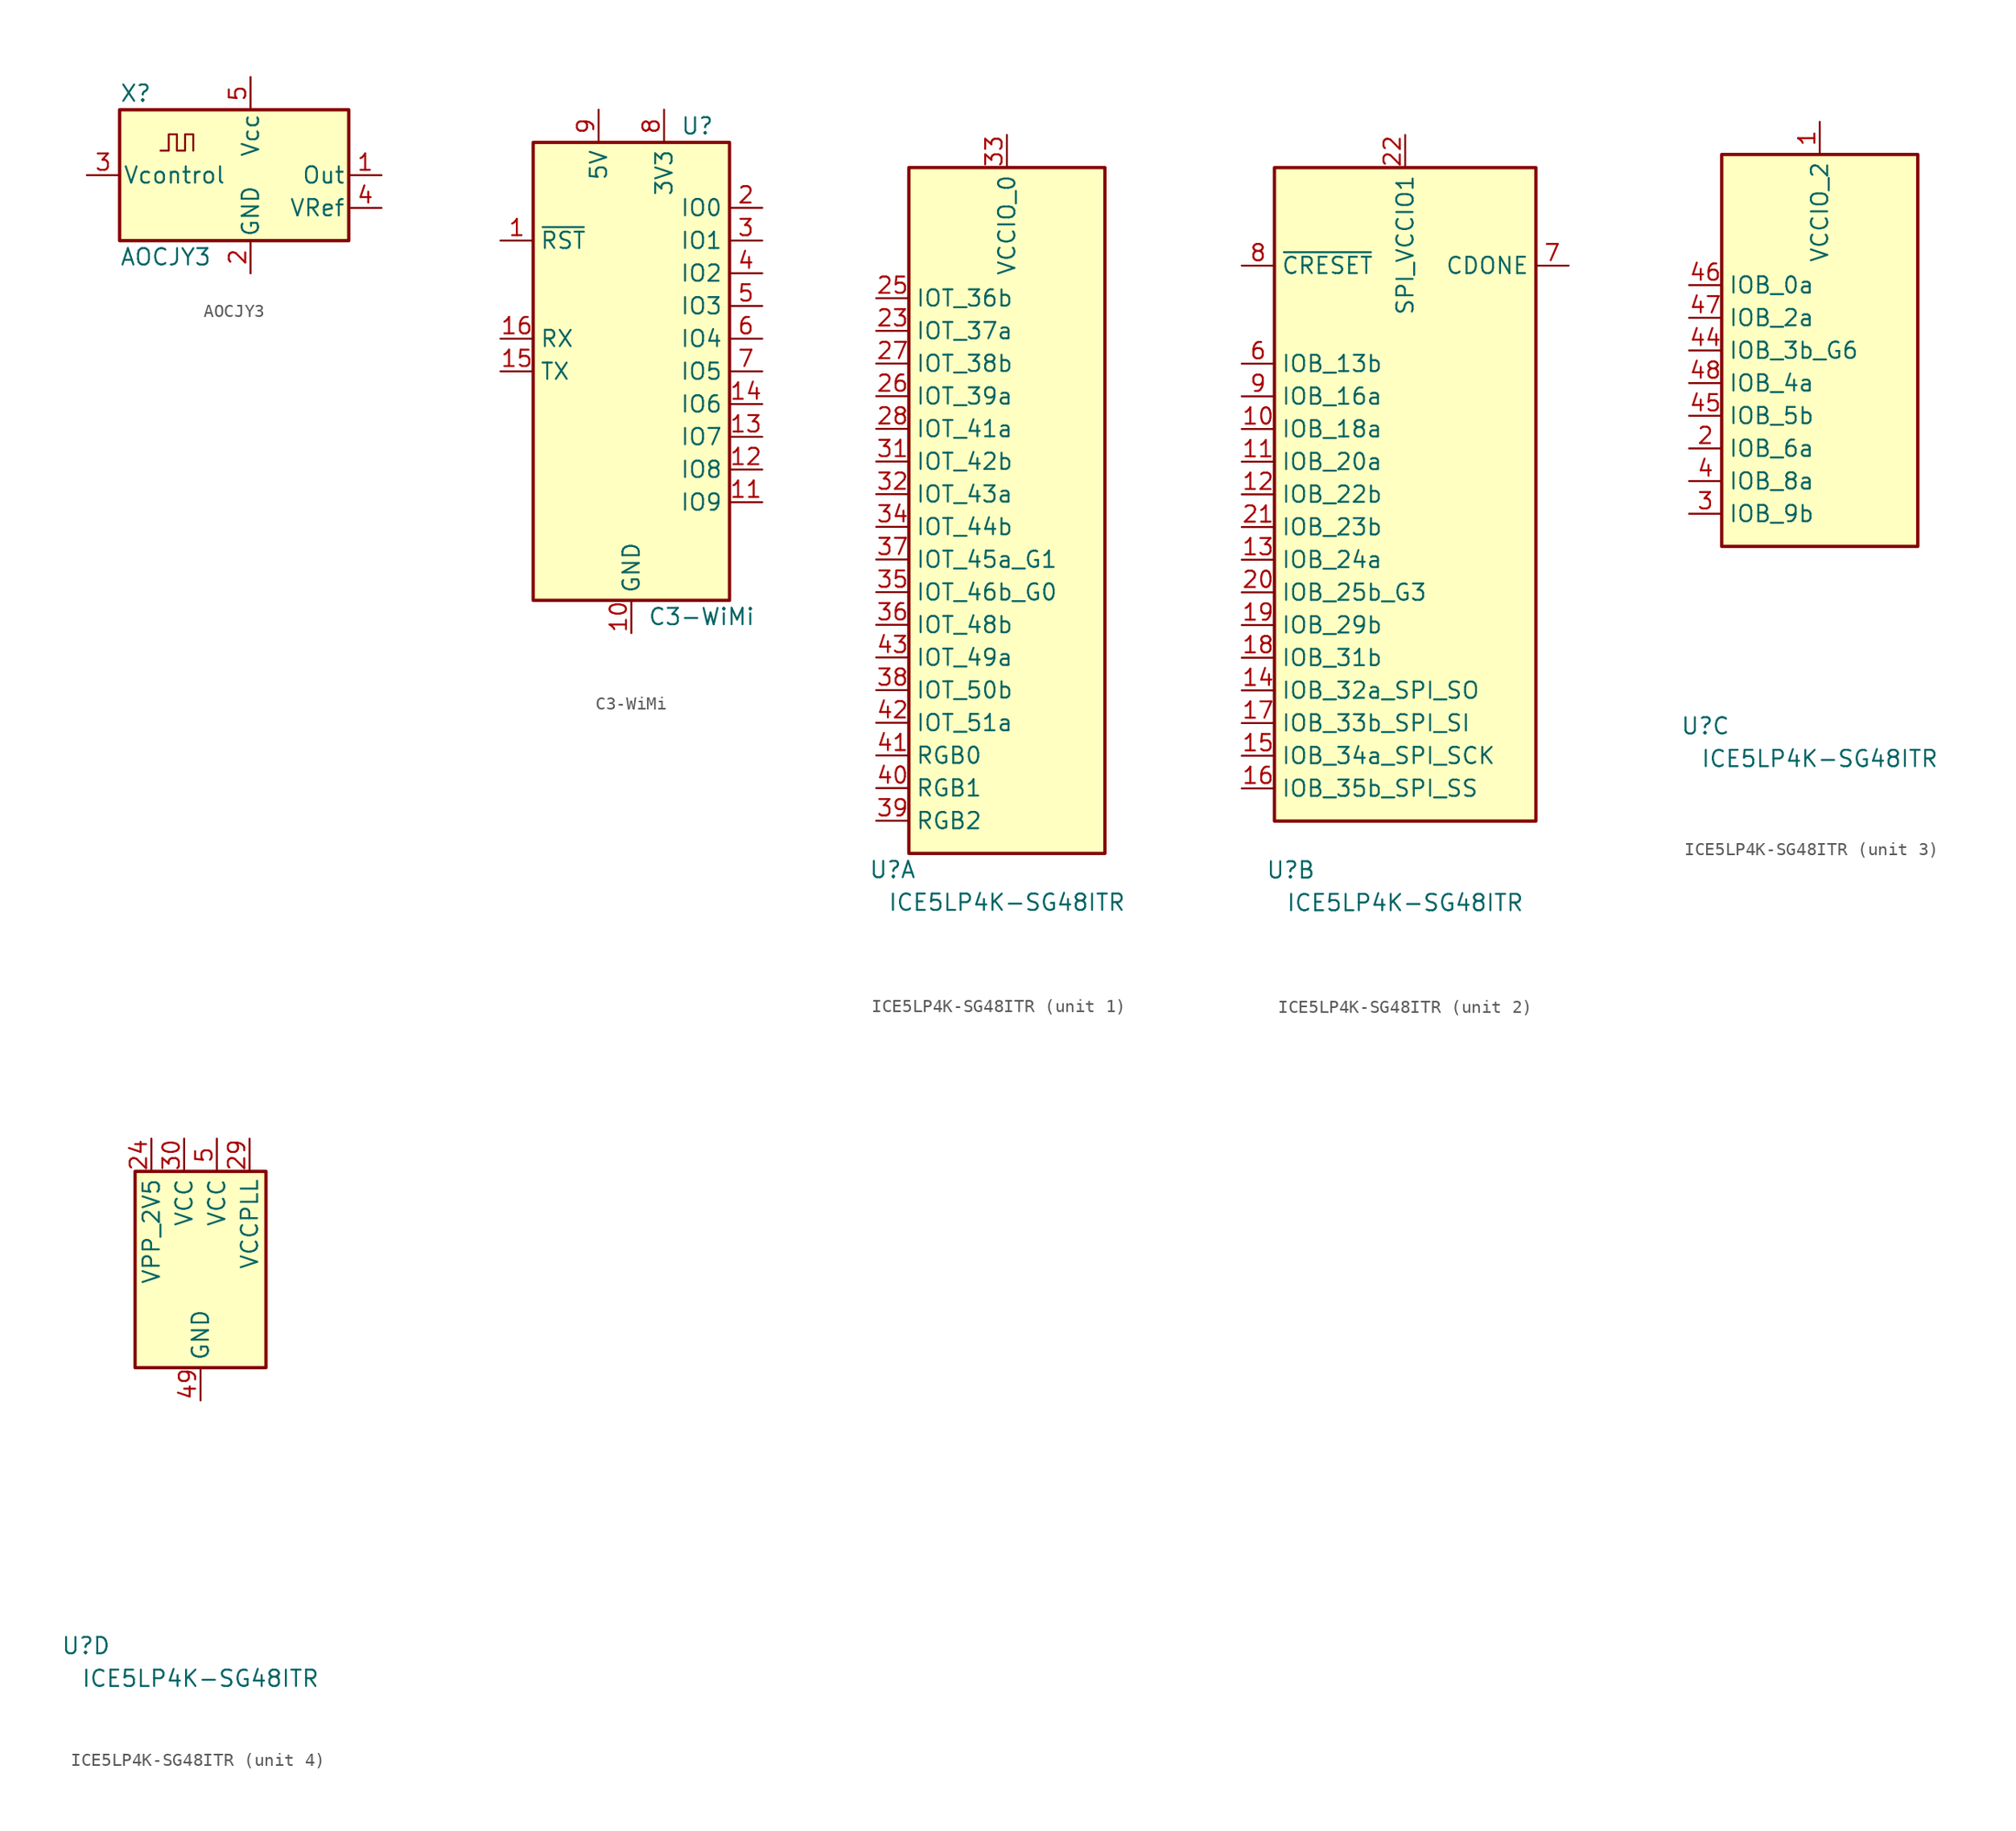
<source format=kicad_sym>
(kicad_symbol_lib
  (version 20211014)
  (generator kicad_symbol_editor)
  (symbol "AOCJY3"
    (pin_names
      (offset 0.254))
    (property "Reference" "X"
      (at -10.16 6.35 0)
      (effects (font (size 1.27 1.27)) (justify left)))
    (property "Value" "AOCJY3"
      (at -10.16 -6.35 0)
      (effects (font (size 1.27 1.27)) (justify left)))
    (symbol "AOCJY3_0_1"
      (rectangle (start -10.16 5.08) (end 7.62 -5.08) (stroke (width 0.254) (type default) (color 0 0 0 0)) (fill (type background)))
      (polyline (pts (xy -6.985 1.905) (xy -6.35 1.905) (xy -6.35 3.175) (xy -5.715 3.175) (xy -5.715 1.905) (xy -5.08 1.905) (xy -5.08 3.175) (xy -4.445 3.175) (xy -4.445 1.905)) (stroke (width 0) (type default) (color 0 0 0 0)) (fill (type none))))
    (symbol "AOCJY3_1_1"
      (pin output line (at 10.16 0 180) (length 2.54) (name "Out" (effects (font (size 1.27 1.27)))) (number "1" (effects (font (size 1.27 1.27)))))
      (pin power_in line (at 0 -7.62 90) (length 2.54) (name "GND" (effects (font (size 1.27 1.27)))) (number "2" (effects (font (size 1.27 1.27)))))
      (pin input line (at -12.7 0 0) (length 2.54) (name "Vcontrol" (effects (font (size 1.27 1.27)))) (number "3" (effects (font (size 1.27 1.27)))))
      (pin output line (at 10.16 -2.54 180) (length 2.54) (name "VRef" (effects (font (size 1.27 1.27)))) (number "4" (effects (font (size 1.27 1.27)))))
      (pin power_in line (at 0 7.62 270) (length 2.54) (name "Vcc" (effects (font (size 1.27 1.27)))) (number "5" (effects (font (size 1.27 1.27)))))))
  (symbol "C3-WiMi"
    (property "Reference" "U"
      (at 3.81 19.05 0)
      (effects (font (size 1.27 1.27)) (justify left)))
    (property "Value" "C3-WiMi"
      (at 1.27 -19.05 0)
      (effects (font (size 1.27 1.27)) (justify left)))
    (symbol "C3-WiMi_1_1"
      (rectangle (start -7.62 17.78) (end 7.62 -17.78) (stroke (width 0.254) (type default) (color 0 0 0 0)) (fill (type background)))
      (pin input line (at -10.16 10.16 0) (length 2.54) (name "~{RST}" (effects (font (size 1.27 1.27)))) (number "1" (effects (font (size 1.27 1.27)))))
      (pin power_in line (at 0 -20.32 90) (length 2.54) (name "GND" (effects (font (size 1.27 1.27)))) (number "10" (effects (font (size 1.27 1.27)))))
      (pin bidirectional line (at 10.16 -10.16 180) (length 2.54) (name "IO9" (effects (font (size 1.27 1.27)))) (number "11" (effects (font (size 1.27 1.27)))))
      (pin bidirectional line (at 10.16 -7.62 180) (length 2.54) (name "IO8" (effects (font (size 1.27 1.27)))) (number "12" (effects (font (size 1.27 1.27)))))
      (pin bidirectional line (at 10.16 -5.08 180) (length 2.54) (name "IO7" (effects (font (size 1.27 1.27)))) (number "13" (effects (font (size 1.27 1.27)))))
      (pin bidirectional line (at 10.16 -2.54 180) (length 2.54) (name "IO6" (effects (font (size 1.27 1.27)))) (number "14" (effects (font (size 1.27 1.27)))))
      (pin output line (at -10.16 0 0) (length 2.54) (name "TX" (effects (font (size 1.27 1.27)))) (number "15" (effects (font (size 1.27 1.27)))))
      (pin input line (at -10.16 2.54 0) (length 2.54) (name "RX" (effects (font (size 1.27 1.27)))) (number "16" (effects (font (size 1.27 1.27)))))
      (pin bidirectional line (at 10.16 12.7 180) (length 2.54) (name "IO0" (effects (font (size 1.27 1.27)))) (number "2" (effects (font (size 1.27 1.27)))))
      (pin bidirectional line (at 10.16 10.16 180) (length 2.54) (name "IO1" (effects (font (size 1.27 1.27)))) (number "3" (effects (font (size 1.27 1.27)))))
      (pin bidirectional line (at 10.16 7.62 180) (length 2.54) (name "IO2" (effects (font (size 1.27 1.27)))) (number "4" (effects (font (size 1.27 1.27)))))
      (pin bidirectional line (at 10.16 5.08 180) (length 2.54) (name "IO3" (effects (font (size 1.27 1.27)))) (number "5" (effects (font (size 1.27 1.27)))))
      (pin bidirectional line (at 10.16 2.54 180) (length 2.54) (name "IO4" (effects (font (size 1.27 1.27)))) (number "6" (effects (font (size 1.27 1.27)))))
      (pin bidirectional line (at 10.16 0 180) (length 2.54) (name "IO5" (effects (font (size 1.27 1.27)))) (number "7" (effects (font (size 1.27 1.27)))))
      (pin power_out line (at 2.54 20.32 270) (length 2.54) (name "3V3" (effects (font (size 1.27 1.27)))) (number "8" (effects (font (size 1.27 1.27)))))
      (pin power_in line (at -2.54 20.32 270) (length 2.54) (name "5V" (effects (font (size 1.27 1.27)))) (number "9" (effects (font (size 1.27 1.27)))))))
  (symbol "ICE5LP4K-SG48ITR"
    (property "Reference" "U"
      (at -8.89 -29.21 0)
      (effects (font (size 1.27 1.27))))
    (property "Value" "ICE5LP4K-SG48ITR"
      (at 0 -31.75 0)
      (effects (font (size 1.27 1.27))))
    (property "ki_locked" ""
      (at 0 0 0)
      (effects (font (size 1.27 1.27))))
    (symbol "ICE5LP4K-SG48ITR_1_1"
      (rectangle (start -7.62 25.4) (end 7.62 -27.94) (stroke (width 0.254) (type default) (color 0 0 0 0)) (fill (type background)))
      (pin bidirectional line (at -10.16 12.7 0) (length 2.54) (name "IOT_37a" (effects (font (size 1.27 1.27)))) (number "23" (effects (font (size 1.27 1.27)))))
      (pin bidirectional line (at -10.16 15.24 0) (length 2.54) (name "IOT_36b" (effects (font (size 1.27 1.27)))) (number "25" (effects (font (size 1.27 1.27)))))
      (pin bidirectional line (at -10.16 7.62 0) (length 2.54) (name "IOT_39a" (effects (font (size 1.27 1.27)))) (number "26" (effects (font (size 1.27 1.27)))))
      (pin bidirectional line (at -10.16 10.16 0) (length 2.54) (name "IOT_38b" (effects (font (size 1.27 1.27)))) (number "27" (effects (font (size 1.27 1.27)))))
      (pin bidirectional line (at -10.16 5.08 0) (length 2.54) (name "IOT_41a" (effects (font (size 1.27 1.27)))) (number "28" (effects (font (size 1.27 1.27)))))
      (pin bidirectional line (at -10.16 2.54 0) (length 2.54) (name "IOT_42b" (effects (font (size 1.27 1.27)))) (number "31" (effects (font (size 1.27 1.27)))))
      (pin bidirectional line (at -10.16 0 0) (length 2.54) (name "IOT_43a" (effects (font (size 1.27 1.27)))) (number "32" (effects (font (size 1.27 1.27)))))
      (pin power_in line (at 0 27.94 270) (length 2.54) (name "VCCIO_0" (effects (font (size 1.27 1.27)))) (number "33" (effects (font (size 1.27 1.27)))))
      (pin bidirectional line (at -10.16 -2.54 0) (length 2.54) (name "IOT_44b" (effects (font (size 1.27 1.27)))) (number "34" (effects (font (size 1.27 1.27)))))
      (pin bidirectional line (at -10.16 -7.62 0) (length 2.54) (name "IOT_46b_G0" (effects (font (size 1.27 1.27)))) (number "35" (effects (font (size 1.27 1.27)))))
      (pin bidirectional line (at -10.16 -10.16 0) (length 2.54) (name "IOT_48b" (effects (font (size 1.27 1.27)))) (number "36" (effects (font (size 1.27 1.27)))))
      (pin bidirectional line (at -10.16 -5.08 0) (length 2.54) (name "IOT_45a_G1" (effects (font (size 1.27 1.27)))) (number "37" (effects (font (size 1.27 1.27)))))
      (pin bidirectional line (at -10.16 -15.24 0) (length 2.54) (name "IOT_50b" (effects (font (size 1.27 1.27)))) (number "38" (effects (font (size 1.27 1.27)))))
      (pin open_collector line (at -10.16 -25.4 0) (length 2.54) (name "RGB2" (effects (font (size 1.27 1.27)))) (number "39" (effects (font (size 1.27 1.27)))))
      (pin open_collector line (at -10.16 -22.86 0) (length 2.54) (name "RGB1" (effects (font (size 1.27 1.27)))) (number "40" (effects (font (size 1.27 1.27)))))
      (pin open_collector line (at -10.16 -20.32 0) (length 2.54) (name "RGB0" (effects (font (size 1.27 1.27)))) (number "41" (effects (font (size 1.27 1.27)))))
      (pin bidirectional line (at -10.16 -17.78 0) (length 2.54) (name "IOT_51a" (effects (font (size 1.27 1.27)))) (number "42" (effects (font (size 1.27 1.27)))))
      (pin bidirectional line (at -10.16 -12.7 0) (length 2.54) (name "IOT_49a" (effects (font (size 1.27 1.27)))) (number "43" (effects (font (size 1.27 1.27))))))
    (symbol "ICE5LP4K-SG48ITR_2_1"
      (rectangle (start -10.16 25.4) (end 10.16 -25.4) (stroke (width 0.254) (type default) (color 0 0 0 0)) (fill (type background)))
      (pin bidirectional line (at -12.7 5.08 0) (length 2.54) (name "IOB_18a" (effects (font (size 1.27 1.27)))) (number "10" (effects (font (size 1.27 1.27)))))
      (pin bidirectional line (at -12.7 2.54 0) (length 2.54) (name "IOB_20a" (effects (font (size 1.27 1.27)))) (number "11" (effects (font (size 1.27 1.27)))))
      (pin bidirectional line (at -12.7 0 0) (length 2.54) (name "IOB_22b" (effects (font (size 1.27 1.27)))) (number "12" (effects (font (size 1.27 1.27)))))
      (pin bidirectional line (at -12.7 -5.08 0) (length 2.54) (name "IOB_24a" (effects (font (size 1.27 1.27)))) (number "13" (effects (font (size 1.27 1.27)))))
      (pin bidirectional line (at -12.7 -15.24 0) (length 2.54) (name "IOB_32a_SPI_SO" (effects (font (size 1.27 1.27)))) (number "14" (effects (font (size 1.27 1.27)))))
      (pin bidirectional line (at -12.7 -20.32 0) (length 2.54) (name "IOB_34a_SPI_SCK" (effects (font (size 1.27 1.27)))) (number "15" (effects (font (size 1.27 1.27)))))
      (pin bidirectional line (at -12.7 -22.86 0) (length 2.54) (name "IOB_35b_SPI_SS" (effects (font (size 1.27 1.27)))) (number "16" (effects (font (size 1.27 1.27)))))
      (pin bidirectional line (at -12.7 -17.78 0) (length 2.54) (name "IOB_33b_SPI_SI" (effects (font (size 1.27 1.27)))) (number "17" (effects (font (size 1.27 1.27)))))
      (pin bidirectional line (at -12.7 -12.7 0) (length 2.54) (name "IOB_31b" (effects (font (size 1.27 1.27)))) (number "18" (effects (font (size 1.27 1.27)))))
      (pin bidirectional line (at -12.7 -10.16 0) (length 2.54) (name "IOB_29b" (effects (font (size 1.27 1.27)))) (number "19" (effects (font (size 1.27 1.27)))))
      (pin bidirectional line (at -12.7 -7.62 0) (length 2.54) (name "IOB_25b_G3" (effects (font (size 1.27 1.27)))) (number "20" (effects (font (size 1.27 1.27)))))
      (pin bidirectional line (at -12.7 -2.54 0) (length 2.54) (name "IOB_23b" (effects (font (size 1.27 1.27)))) (number "21" (effects (font (size 1.27 1.27)))))
      (pin power_in line (at 0 27.94 270) (length 2.54) (name "SPI_VCCIO1" (effects (font (size 1.27 1.27)))) (number "22" (effects (font (size 1.27 1.27)))))
      (pin bidirectional line (at -12.7 10.16 0) (length 2.54) (name "IOB_13b" (effects (font (size 1.27 1.27)))) (number "6" (effects (font (size 1.27 1.27)))))
      (pin open_collector line (at 12.7 17.78 180) (length 2.54) (name "CDONE" (effects (font (size 1.27 1.27)))) (number "7" (effects (font (size 1.27 1.27)))))
      (pin input line (at -12.7 17.78 0) (length 2.54) (name "~{CRESET}" (effects (font (size 1.27 1.27)))) (number "8" (effects (font (size 1.27 1.27)))))
      (pin bidirectional line (at -12.7 7.62 0) (length 2.54) (name "IOB_16a" (effects (font (size 1.27 1.27)))) (number "9" (effects (font (size 1.27 1.27))))))
    (symbol "ICE5LP4K-SG48ITR_3_1"
      (rectangle (start -7.62 15.24) (end 7.62 -15.24) (stroke (width 0.254) (type default) (color 0 0 0 0)) (fill (type background)))
      (pin power_in line (at 0 17.78 270) (length 2.54) (name "VCCIO_2" (effects (font (size 1.27 1.27)))) (number "1" (effects (font (size 1.27 1.27)))))
      (pin bidirectional line (at -10.16 -7.62 0) (length 2.54) (name "IOB_6a" (effects (font (size 1.27 1.27)))) (number "2" (effects (font (size 1.27 1.27)))))
      (pin bidirectional line (at -10.16 -12.7 0) (length 2.54) (name "IOB_9b" (effects (font (size 1.27 1.27)))) (number "3" (effects (font (size 1.27 1.27)))))
      (pin bidirectional line (at -10.16 -10.16 0) (length 2.54) (name "IOB_8a" (effects (font (size 1.27 1.27)))) (number "4" (effects (font (size 1.27 1.27)))))
      (pin bidirectional line (at -10.16 0 0) (length 2.54) (name "IOB_3b_G6" (effects (font (size 1.27 1.27)))) (number "44" (effects (font (size 1.27 1.27)))))
      (pin bidirectional line (at -10.16 -5.08 0) (length 2.54) (name "IOB_5b" (effects (font (size 1.27 1.27)))) (number "45" (effects (font (size 1.27 1.27)))))
      (pin bidirectional line (at -10.16 5.08 0) (length 2.54) (name "IOB_0a" (effects (font (size 1.27 1.27)))) (number "46" (effects (font (size 1.27 1.27)))))
      (pin bidirectional line (at -10.16 2.54 0) (length 2.54) (name "IOB_2a" (effects (font (size 1.27 1.27)))) (number "47" (effects (font (size 1.27 1.27)))))
      (pin bidirectional line (at -10.16 -2.54 0) (length 2.54) (name "IOB_4a" (effects (font (size 1.27 1.27)))) (number "48" (effects (font (size 1.27 1.27))))))
    (symbol "ICE5LP4K-SG48ITR_4_1"
      (rectangle (start -5.08 7.62) (end 5.08 -7.62) (stroke (width 0.254) (type default) (color 0 0 0 0)) (fill (type background)))
      (pin power_in line (at -3.81 10.16 270) (length 2.54) (name "VPP_2V5" (effects (font (size 1.27 1.27)))) (number "24" (effects (font (size 1.27 1.27)))))
      (pin power_out line (at 3.81 10.16 270) (length 2.54) (name "VCCPLL" (effects (font (size 1.27 1.27)))) (number "29" (effects (font (size 1.27 1.27)))))
      (pin passive line (at -1.27 10.16 270) (length 2.54) (name "VCC" (effects (font (size 1.27 1.27)))) (number "30" (effects (font (size 1.27 1.27)))))
      (pin power_in line (at 0 -10.16 90) (length 2.54) (name "GND" (effects (font (size 1.27 1.27)))) (number "49" (effects (font (size 1.27 1.27)))))
      (pin power_in line (at 1.27 10.16 270) (length 2.54) (name "VCC" (effects (font (size 1.27 1.27)))) (number "5" (effects (font (size 1.27 1.27))))))))
</source>
